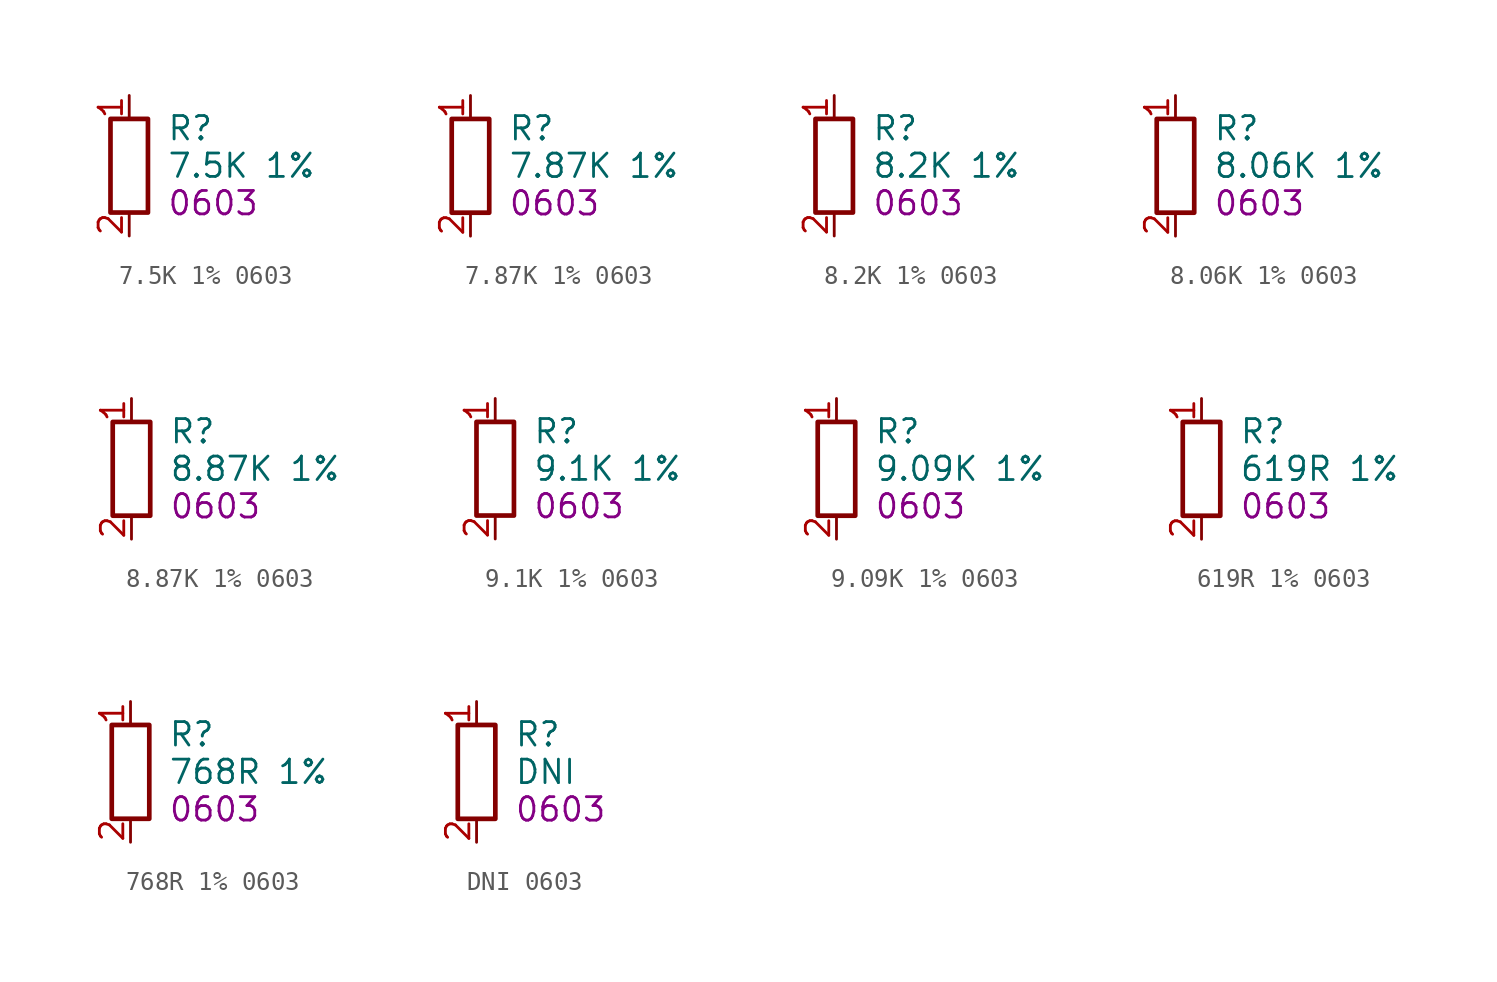
<source format=kicad_sym>
(kicad_symbol_lib
  (version 20241209)
  (generator "kicad_symbol_editor")
  (generator_version "9.0")
  (symbol "7.5K 1% 0603"
    (property "Reference" "R"
      (at 2.032 2.032 0)
      (effects (font (size 1.27 1.27)) (justify left)))
    (property "Value" "7.5K 1%"
      (at 2.032 0 0)
      (effects (font (size 1.27 1.27)) (justify left)))
    (property "FOOTPRINT_SHORT" "0603"
      (at 2.032 -2.032 0)
      (effects (font (size 1.27 1.27)) (justify left)))
    (symbol "7.5K 1% 0603_0_1"
      (rectangle (start -1.016 2.54) (end 1.016 -2.54) (stroke (width 0.254) (type default)) (fill (type none))))
    (symbol "7.5K 1% 0603_1_1"
      (pin passive line (at 0 3.81 270) (length 1.27) (name "~" (effects (font (size 1.27 1.27)))) (number "1" (effects (font (size 1.27 1.27)))))
      (pin passive line (at 0 -3.81 90) (length 1.27) (name "~" (effects (font (size 1.27 1.27)))) (number "2" (effects (font (size 1.27 1.27)))))))
  (symbol "7.87K 1% 0603"
    (property "Reference" "R"
      (at 2.032 2.032 0)
      (effects (font (size 1.27 1.27)) (justify left)))
    (property "Value" "7.87K 1%"
      (at 2.032 0 0)
      (effects (font (size 1.27 1.27)) (justify left)))
    (property "FOOTPRINT_SHORT" "0603"
      (at 2.032 -2.032 0)
      (effects (font (size 1.27 1.27)) (justify left)))
    (symbol "7.87K 1% 0603_0_1"
      (rectangle (start -1.016 2.54) (end 1.016 -2.54) (stroke (width 0.254) (type default)) (fill (type none))))
    (symbol "7.87K 1% 0603_1_1"
      (pin passive line (at 0 3.81 270) (length 1.27) (name "~" (effects (font (size 1.27 1.27)))) (number "1" (effects (font (size 1.27 1.27)))))
      (pin passive line (at 0 -3.81 90) (length 1.27) (name "~" (effects (font (size 1.27 1.27)))) (number "2" (effects (font (size 1.27 1.27)))))))
  (symbol "8.2K 1% 0603"
    (property "Reference" "R"
      (at 2.032 2.032 0)
      (effects (font (size 1.27 1.27)) (justify left)))
    (property "Value" "8.2K 1%"
      (at 2.032 0 0)
      (effects (font (size 1.27 1.27)) (justify left)))
    (property "FOOTPRINT_SHORT" "0603"
      (at 2.032 -2.032 0)
      (effects (font (size 1.27 1.27)) (justify left)))
    (symbol "8.2K 1% 0603_0_1"
      (rectangle (start -1.016 2.54) (end 1.016 -2.54) (stroke (width 0.254) (type default)) (fill (type none))))
    (symbol "8.2K 1% 0603_1_1"
      (pin passive line (at 0 3.81 270) (length 1.27) (name "~" (effects (font (size 1.27 1.27)))) (number "1" (effects (font (size 1.27 1.27)))))
      (pin passive line (at 0 -3.81 90) (length 1.27) (name "~" (effects (font (size 1.27 1.27)))) (number "2" (effects (font (size 1.27 1.27)))))))
  (symbol "8.06K 1% 0603"
    (property "Reference" "R"
      (at 2.032 2.032 0)
      (effects (font (size 1.27 1.27)) (justify left)))
    (property "Value" "8.06K 1%"
      (at 2.032 0 0)
      (effects (font (size 1.27 1.27)) (justify left)))
    (property "FOOTPRINT_SHORT" "0603"
      (at 2.032 -2.032 0)
      (effects (font (size 1.27 1.27)) (justify left)))
    (symbol "8.06K 1% 0603_0_1"
      (rectangle (start -1.016 2.54) (end 1.016 -2.54) (stroke (width 0.254) (type default)) (fill (type none))))
    (symbol "8.06K 1% 0603_1_1"
      (pin passive line (at 0 3.81 270) (length 1.27) (name "~" (effects (font (size 1.27 1.27)))) (number "1" (effects (font (size 1.27 1.27)))))
      (pin passive line (at 0 -3.81 90) (length 1.27) (name "~" (effects (font (size 1.27 1.27)))) (number "2" (effects (font (size 1.27 1.27)))))))
  (symbol "8.87K 1% 0603"
    (property "Reference" "R"
      (at 2.032 2.032 0)
      (effects (font (size 1.27 1.27)) (justify left)))
    (property "Value" "8.87K 1%"
      (at 2.032 0 0)
      (effects (font (size 1.27 1.27)) (justify left)))
    (property "FOOTPRINT_SHORT" "0603"
      (at 2.032 -2.032 0)
      (effects (font (size 1.27 1.27)) (justify left)))
    (symbol "8.87K 1% 0603_0_1"
      (rectangle (start -1.016 2.54) (end 1.016 -2.54) (stroke (width 0.254) (type default)) (fill (type none))))
    (symbol "8.87K 1% 0603_1_1"
      (pin passive line (at 0 3.81 270) (length 1.27) (name "~" (effects (font (size 1.27 1.27)))) (number "1" (effects (font (size 1.27 1.27)))))
      (pin passive line (at 0 -3.81 90) (length 1.27) (name "~" (effects (font (size 1.27 1.27)))) (number "2" (effects (font (size 1.27 1.27)))))))
  (symbol "9.1K 1% 0603"
    (property "Reference" "R"
      (at 2.032 2.032 0)
      (effects (font (size 1.27 1.27)) (justify left)))
    (property "Value" "9.1K 1%"
      (at 2.032 0 0)
      (effects (font (size 1.27 1.27)) (justify left)))
    (property "FOOTPRINT_SHORT" "0603"
      (at 2.032 -2.032 0)
      (effects (font (size 1.27 1.27)) (justify left)))
    (symbol "9.1K 1% 0603_0_1"
      (rectangle (start -1.016 2.54) (end 1.016 -2.54) (stroke (width 0.254) (type default)) (fill (type none))))
    (symbol "9.1K 1% 0603_1_1"
      (pin passive line (at 0 3.81 270) (length 1.27) (name "~" (effects (font (size 1.27 1.27)))) (number "1" (effects (font (size 1.27 1.27)))))
      (pin passive line (at 0 -3.81 90) (length 1.27) (name "~" (effects (font (size 1.27 1.27)))) (number "2" (effects (font (size 1.27 1.27)))))))
  (symbol "9.09K 1% 0603"
    (property "Reference" "R"
      (at 2.032 2.032 0)
      (effects (font (size 1.27 1.27)) (justify left)))
    (property "Value" "9.09K 1%"
      (at 2.032 0 0)
      (effects (font (size 1.27 1.27)) (justify left)))
    (property "FOOTPRINT_SHORT" "0603"
      (at 2.032 -2.032 0)
      (effects (font (size 1.27 1.27)) (justify left)))
    (symbol "9.09K 1% 0603_0_1"
      (rectangle (start -1.016 2.54) (end 1.016 -2.54) (stroke (width 0.254) (type default)) (fill (type none))))
    (symbol "9.09K 1% 0603_1_1"
      (pin passive line (at 0 3.81 270) (length 1.27) (name "~" (effects (font (size 1.27 1.27)))) (number "1" (effects (font (size 1.27 1.27)))))
      (pin passive line (at 0 -3.81 90) (length 1.27) (name "~" (effects (font (size 1.27 1.27)))) (number "2" (effects (font (size 1.27 1.27)))))))
  (symbol "619R 1% 0603"
    (property "Reference" "R"
      (at 2.032 2.032 0)
      (effects (font (size 1.27 1.27)) (justify left)))
    (property "Value" "619R 1%"
      (at 2.032 0 0)
      (effects (font (size 1.27 1.27)) (justify left)))
    (property "FOOTPRINT_SHORT" "0603"
      (at 2.032 -2.032 0)
      (effects (font (size 1.27 1.27)) (justify left)))
    (symbol "619R 1% 0603_0_1"
      (rectangle (start -1.016 2.54) (end 1.016 -2.54) (stroke (width 0.254) (type default)) (fill (type none))))
    (symbol "619R 1% 0603_1_1"
      (pin passive line (at 0 3.81 270) (length 1.27) (name "~" (effects (font (size 1.27 1.27)))) (number "1" (effects (font (size 1.27 1.27)))))
      (pin passive line (at 0 -3.81 90) (length 1.27) (name "~" (effects (font (size 1.27 1.27)))) (number "2" (effects (font (size 1.27 1.27)))))))
  (symbol "768R 1% 0603"
    (property "Reference" "R"
      (at 2.032 2.032 0)
      (effects (font (size 1.27 1.27)) (justify left)))
    (property "Value" "768R 1%"
      (at 2.032 0 0)
      (effects (font (size 1.27 1.27)) (justify left)))
    (property "FOOTPRINT_SHORT" "0603"
      (at 2.032 -2.032 0)
      (effects (font (size 1.27 1.27)) (justify left)))
    (symbol "768R 1% 0603_0_1"
      (rectangle (start -1.016 2.54) (end 1.016 -2.54) (stroke (width 0.254) (type default)) (fill (type none))))
    (symbol "768R 1% 0603_1_1"
      (pin passive line (at 0 3.81 270) (length 1.27) (name "~" (effects (font (size 1.27 1.27)))) (number "1" (effects (font (size 1.27 1.27)))))
      (pin passive line (at 0 -3.81 90) (length 1.27) (name "~" (effects (font (size 1.27 1.27)))) (number "2" (effects (font (size 1.27 1.27)))))))
  (symbol "DNI 0603"
    (property "Reference" "R"
      (at 2.032 2.032 0)
      (effects (font (size 1.27 1.27)) (justify left)))
    (property "Value" "DNI"
      (at 2.032 0 0)
      (effects (font (size 1.27 1.27)) (justify left)))
    (property "FOOTPRINT_SHORT" "0603"
      (at 2.032 -2.032 0)
      (effects (font (size 1.27 1.27)) (justify left)))
    (symbol "DNI 0603_0_1"
      (rectangle (start -1.016 2.54) (end 1.016 -2.54) (stroke (width 0.254) (type default)) (fill (type none))))
    (symbol "DNI 0603_1_1"
      (pin passive line (at 0 3.81 270) (length 1.27) (name "~" (effects (font (size 1.27 1.27)))) (number "1" (effects (font (size 1.27 1.27)))))
      (pin passive line (at 0 -3.81 90) (length 1.27) (name "~" (effects (font (size 1.27 1.27)))) (number "2" (effects (font (size 1.27 1.27))))))))
</source>
